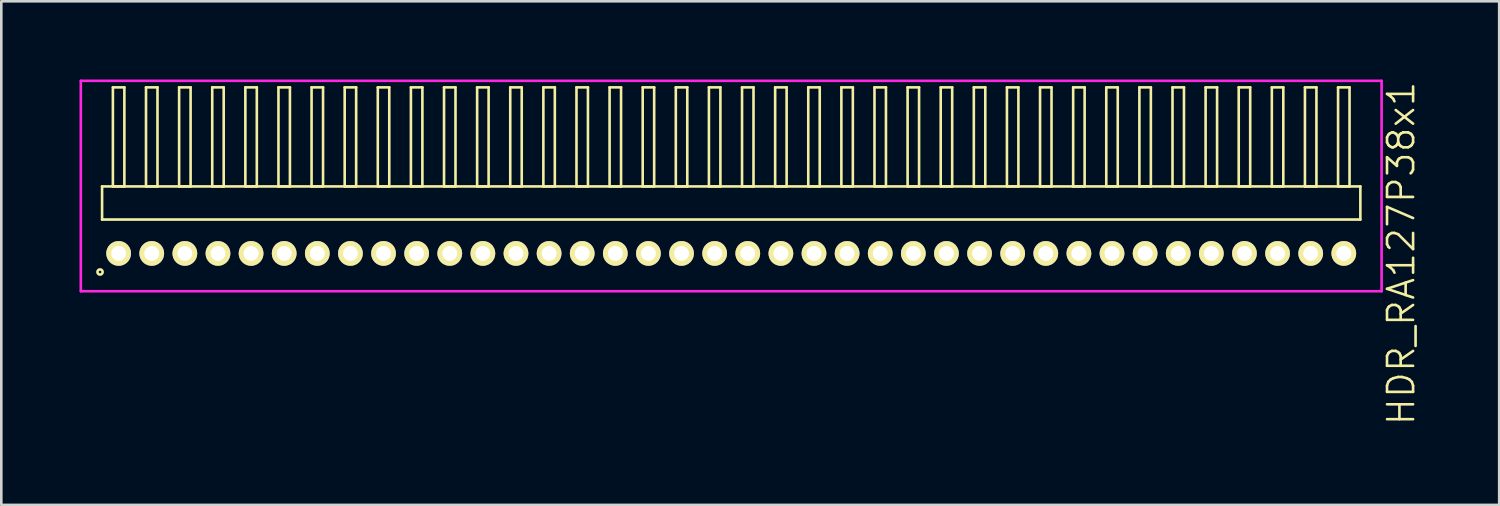
<source format=kicad_pcb>
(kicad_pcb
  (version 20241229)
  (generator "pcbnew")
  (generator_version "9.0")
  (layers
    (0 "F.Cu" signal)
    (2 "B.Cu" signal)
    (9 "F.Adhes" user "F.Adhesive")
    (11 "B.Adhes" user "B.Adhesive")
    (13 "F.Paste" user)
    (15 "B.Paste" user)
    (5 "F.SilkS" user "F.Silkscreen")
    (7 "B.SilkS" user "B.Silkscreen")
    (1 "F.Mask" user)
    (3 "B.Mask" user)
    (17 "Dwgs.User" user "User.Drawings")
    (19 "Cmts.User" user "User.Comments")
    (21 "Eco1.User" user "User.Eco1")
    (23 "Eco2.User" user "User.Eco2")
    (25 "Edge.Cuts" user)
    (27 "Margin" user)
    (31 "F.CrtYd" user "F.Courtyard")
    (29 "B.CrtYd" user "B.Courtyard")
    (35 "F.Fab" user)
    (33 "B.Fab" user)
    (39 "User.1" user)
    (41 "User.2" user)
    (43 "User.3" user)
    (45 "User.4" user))
  (footprint "HDR_RA127P38x1"
    (layer "F.Cu")
    (at 24.995 6.67)
    (property "Reference" "HDR_RA127P38x1" (at 25.695 0 90) (layer "F.SilkS") (effects (font (size 1 1) (thickness 0.1))))
    (attr through_hole)
    (fp_line (start -24.13 -2.57) (end -24.13 -1.3) (stroke (width 0.1) (type solid)) (layer "F.SilkS"))
    (fp_line (start -24.13 -1.3) (end 24.13 -1.3) (stroke (width 0.1) (type solid)) (layer "F.SilkS"))
    (fp_line (start -23.715 -6.37) (end -23.715 -2.57) (stroke (width 0.1) (type solid)) (layer "F.SilkS"))
    (fp_line (start -23.715 -2.57) (end -23.275 -2.57) (stroke (width 0.1) (type solid)) (layer "F.SilkS"))
    (fp_line (start -23.275 -6.37) (end -23.715 -6.37) (stroke (width 0.1) (type solid)) (layer "F.SilkS"))
    (fp_line (start -23.275 -2.57) (end -23.275 -6.37) (stroke (width 0.1) (type solid)) (layer "F.SilkS"))
    (fp_line (start -22.445 -6.37) (end -22.445 -2.57) (stroke (width 0.1) (type solid)) (layer "F.SilkS"))
    (fp_line (start -22.445 -2.57) (end -22.005 -2.57) (stroke (width 0.1) (type solid)) (layer "F.SilkS"))
    (fp_line (start -22.005 -6.37) (end -22.445 -6.37) (stroke (width 0.1) (type solid)) (layer "F.SilkS"))
    (fp_line (start -22.005 -2.57) (end -22.005 -6.37) (stroke (width 0.1) (type solid)) (layer "F.SilkS"))
    (fp_line (start -21.175 -6.37) (end -21.175 -2.57) (stroke (width 0.1) (type solid)) (layer "F.SilkS"))
    (fp_line (start -21.175 -2.57) (end -20.735 -2.57) (stroke (width 0.1) (type solid)) (layer "F.SilkS"))
    (fp_line (start -20.735 -6.37) (end -21.175 -6.37) (stroke (width 0.1) (type solid)) (layer "F.SilkS"))
    (fp_line (start -20.735 -2.57) (end -20.735 -6.37) (stroke (width 0.1) (type solid)) (layer "F.SilkS"))
    (fp_line (start -19.905 -6.37) (end -19.905 -2.57) (stroke (width 0.1) (type solid)) (layer "F.SilkS"))
    (fp_line (start -19.905 -2.57) (end -19.465 -2.57) (stroke (width 0.1) (type solid)) (layer "F.SilkS"))
    (fp_line (start -19.465 -6.37) (end -19.905 -6.37) (stroke (width 0.1) (type solid)) (layer "F.SilkS"))
    (fp_line (start -19.465 -2.57) (end -19.465 -6.37) (stroke (width 0.1) (type solid)) (layer "F.SilkS"))
    (fp_line (start -18.635 -6.37) (end -18.635 -2.57) (stroke (width 0.1) (type solid)) (layer "F.SilkS"))
    (fp_line (start -18.635 -2.57) (end -18.195 -2.57) (stroke (width 0.1) (type solid)) (layer "F.SilkS"))
    (fp_line (start -18.195 -6.37) (end -18.635 -6.37) (stroke (width 0.1) (type solid)) (layer "F.SilkS"))
    (fp_line (start -18.195 -2.57) (end -18.195 -6.37) (stroke (width 0.1) (type solid)) (layer "F.SilkS"))
    (fp_line (start -17.365 -6.37) (end -17.365 -2.57) (stroke (width 0.1) (type solid)) (layer "F.SilkS"))
    (fp_line (start -17.365 -2.57) (end -16.925 -2.57) (stroke (width 0.1) (type solid)) (layer "F.SilkS"))
    (fp_line (start -16.925 -6.37) (end -17.365 -6.37) (stroke (width 0.1) (type solid)) (layer "F.SilkS"))
    (fp_line (start -16.925 -2.57) (end -16.925 -6.37) (stroke (width 0.1) (type solid)) (layer "F.SilkS"))
    (fp_line (start -16.095 -6.37) (end -16.095 -2.57) (stroke (width 0.1) (type solid)) (layer "F.SilkS"))
    (fp_line (start -16.095 -2.57) (end -15.655 -2.57) (stroke (width 0.1) (type solid)) (layer "F.SilkS"))
    (fp_line (start -15.655 -6.37) (end -16.095 -6.37) (stroke (width 0.1) (type solid)) (layer "F.SilkS"))
    (fp_line (start -15.655 -2.57) (end -15.655 -6.37) (stroke (width 0.1) (type solid)) (layer "F.SilkS"))
    (fp_line (start -14.825 -6.37) (end -14.825 -2.57) (stroke (width 0.1) (type solid)) (layer "F.SilkS"))
    (fp_line (start -14.825 -2.57) (end -14.385 -2.57) (stroke (width 0.1) (type solid)) (layer "F.SilkS"))
    (fp_line (start -14.385 -6.37) (end -14.825 -6.37) (stroke (width 0.1) (type solid)) (layer "F.SilkS"))
    (fp_line (start -14.385 -2.57) (end -14.385 -6.37) (stroke (width 0.1) (type solid)) (layer "F.SilkS"))
    (fp_line (start -13.555 -6.37) (end -13.555 -2.57) (stroke (width 0.1) (type solid)) (layer "F.SilkS"))
    (fp_line (start -13.555 -2.57) (end -13.115 -2.57) (stroke (width 0.1) (type solid)) (layer "F.SilkS"))
    (fp_line (start -13.115 -6.37) (end -13.555 -6.37) (stroke (width 0.1) (type solid)) (layer "F.SilkS"))
    (fp_line (start -13.115 -2.57) (end -13.115 -6.37) (stroke (width 0.1) (type solid)) (layer "F.SilkS"))
    (fp_line (start -12.285 -6.37) (end -12.285 -2.57) (stroke (width 0.1) (type solid)) (layer "F.SilkS"))
    (fp_line (start -12.285 -2.57) (end -11.845 -2.57) (stroke (width 0.1) (type solid)) (layer "F.SilkS"))
    (fp_line (start -11.845 -6.37) (end -12.285 -6.37) (stroke (width 0.1) (type solid)) (layer "F.SilkS"))
    (fp_line (start -11.845 -2.57) (end -11.845 -6.37) (stroke (width 0.1) (type solid)) (layer "F.SilkS"))
    (fp_line (start -11.015 -6.37) (end -11.015 -2.57) (stroke (width 0.1) (type solid)) (layer "F.SilkS"))
    (fp_line (start -11.015 -2.57) (end -10.575 -2.57) (stroke (width 0.1) (type solid)) (layer "F.SilkS"))
    (fp_line (start -10.575 -6.37) (end -11.015 -6.37) (stroke (width 0.1) (type solid)) (layer "F.SilkS"))
    (fp_line (start -10.575 -2.57) (end -10.575 -6.37) (stroke (width 0.1) (type solid)) (layer "F.SilkS"))
    (fp_line (start -9.745 -6.37) (end -9.745 -2.57) (stroke (width 0.1) (type solid)) (layer "F.SilkS"))
    (fp_line (start -9.745 -2.57) (end -9.305 -2.57) (stroke (width 0.1) (type solid)) (layer "F.SilkS"))
    (fp_line (start -9.305 -6.37) (end -9.745 -6.37) (stroke (width 0.1) (type solid)) (layer "F.SilkS"))
    (fp_line (start -9.305 -2.57) (end -9.305 -6.37) (stroke (width 0.1) (type solid)) (layer "F.SilkS"))
    (fp_line (start -8.475 -6.37) (end -8.475 -2.57) (stroke (width 0.1) (type solid)) (layer "F.SilkS"))
    (fp_line (start -8.475 -2.57) (end -8.035 -2.57) (stroke (width 0.1) (type solid)) (layer "F.SilkS"))
    (fp_line (start -8.035 -6.37) (end -8.475 -6.37) (stroke (width 0.1) (type solid)) (layer "F.SilkS"))
    (fp_line (start -8.035 -2.57) (end -8.035 -6.37) (stroke (width 0.1) (type solid)) (layer "F.SilkS"))
    (fp_line (start -7.205 -6.37) (end -7.205 -2.57) (stroke (width 0.1) (type solid)) (layer "F.SilkS"))
    (fp_line (start -7.205 -2.57) (end -6.765 -2.57) (stroke (width 0.1) (type solid)) (layer "F.SilkS"))
    (fp_line (start -6.765 -6.37) (end -7.205 -6.37) (stroke (width 0.1) (type solid)) (layer "F.SilkS"))
    (fp_line (start -6.765 -2.57) (end -6.765 -6.37) (stroke (width 0.1) (type solid)) (layer "F.SilkS"))
    (fp_line (start -5.935 -6.37) (end -5.935 -2.57) (stroke (width 0.1) (type solid)) (layer "F.SilkS"))
    (fp_line (start -5.935 -2.57) (end -5.495 -2.57) (stroke (width 0.1) (type solid)) (layer "F.SilkS"))
    (fp_line (start -5.495 -6.37) (end -5.935 -6.37) (stroke (width 0.1) (type solid)) (layer "F.SilkS"))
    (fp_line (start -5.495 -2.57) (end -5.495 -6.37) (stroke (width 0.1) (type solid)) (layer "F.SilkS"))
    (fp_line (start -4.665 -6.37) (end -4.665 -2.57) (stroke (width 0.1) (type solid)) (layer "F.SilkS"))
    (fp_line (start -4.665 -2.57) (end -4.225 -2.57) (stroke (width 0.1) (type solid)) (layer "F.SilkS"))
    (fp_line (start -4.225 -6.37) (end -4.665 -6.37) (stroke (width 0.1) (type solid)) (layer "F.SilkS"))
    (fp_line (start -4.225 -2.57) (end -4.225 -6.37) (stroke (width 0.1) (type solid)) (layer "F.SilkS"))
    (fp_line (start -3.395 -6.37) (end -3.395 -2.57) (stroke (width 0.1) (type solid)) (layer "F.SilkS"))
    (fp_line (start -3.395 -2.57) (end -2.955 -2.57) (stroke (width 0.1) (type solid)) (layer "F.SilkS"))
    (fp_line (start -2.955 -6.37) (end -3.395 -6.37) (stroke (width 0.1) (type solid)) (layer "F.SilkS"))
    (fp_line (start -2.955 -2.57) (end -2.955 -6.37) (stroke (width 0.1) (type solid)) (layer "F.SilkS"))
    (fp_line (start -2.125 -6.37) (end -2.125 -2.57) (stroke (width 0.1) (type solid)) (layer "F.SilkS"))
    (fp_line (start -2.125 -2.57) (end -1.685 -2.57) (stroke (width 0.1) (type solid)) (layer "F.SilkS"))
    (fp_line (start -1.685 -6.37) (end -2.125 -6.37) (stroke (width 0.1) (type solid)) (layer "F.SilkS"))
    (fp_line (start -1.685 -2.57) (end -1.685 -6.37) (stroke (width 0.1) (type solid)) (layer "F.SilkS"))
    (fp_line (start -0.855 -6.37) (end -0.855 -2.57) (stroke (width 0.1) (type solid)) (layer "F.SilkS"))
    (fp_line (start -0.855 -2.57) (end -0.415 -2.57) (stroke (width 0.1) (type solid)) (layer "F.SilkS"))
    (fp_line (start -0.415 -6.37) (end -0.855 -6.37) (stroke (width 0.1) (type solid)) (layer "F.SilkS"))
    (fp_line (start -0.415 -2.57) (end -0.415 -6.37) (stroke (width 0.1) (type solid)) (layer "F.SilkS"))
    (fp_line (start 0.415 -6.37) (end 0.415 -2.57) (stroke (width 0.1) (type solid)) (layer "F.SilkS"))
    (fp_line (start 0.415 -2.57) (end 0.855 -2.57) (stroke (width 0.1) (type solid)) (layer "F.SilkS"))
    (fp_line (start 0.855 -6.37) (end 0.415 -6.37) (stroke (width 0.1) (type solid)) (layer "F.SilkS"))
    (fp_line (start 0.855 -2.57) (end 0.855 -6.37) (stroke (width 0.1) (type solid)) (layer "F.SilkS"))
    (fp_line (start 1.685 -6.37) (end 1.685 -2.57) (stroke (width 0.1) (type solid)) (layer "F.SilkS"))
    (fp_line (start 1.685 -2.57) (end 2.125 -2.57) (stroke (width 0.1) (type solid)) (layer "F.SilkS"))
    (fp_line (start 2.125 -6.37) (end 1.685 -6.37) (stroke (width 0.1) (type solid)) (layer "F.SilkS"))
    (fp_line (start 2.125 -2.57) (end 2.125 -6.37) (stroke (width 0.1) (type solid)) (layer "F.SilkS"))
    (fp_line (start 2.955 -6.37) (end 2.955 -2.57) (stroke (width 0.1) (type solid)) (layer "F.SilkS"))
    (fp_line (start 2.955 -2.57) (end 3.395 -2.57) (stroke (width 0.1) (type solid)) (layer "F.SilkS"))
    (fp_line (start 3.395 -6.37) (end 2.955 -6.37) (stroke (width 0.1) (type solid)) (layer "F.SilkS"))
    (fp_line (start 3.395 -2.57) (end 3.395 -6.37) (stroke (width 0.1) (type solid)) (layer "F.SilkS"))
    (fp_line (start 4.225 -6.37) (end 4.225 -2.57) (stroke (width 0.1) (type solid)) (layer "F.SilkS"))
    (fp_line (start 4.225 -2.57) (end 4.665 -2.57) (stroke (width 0.1) (type solid)) (layer "F.SilkS"))
    (fp_line (start 4.665 -6.37) (end 4.225 -6.37) (stroke (width 0.1) (type solid)) (layer "F.SilkS"))
    (fp_line (start 4.665 -2.57) (end 4.665 -6.37) (stroke (width 0.1) (type solid)) (layer "F.SilkS"))
    (fp_line (start 5.495 -6.37) (end 5.495 -2.57) (stroke (width 0.1) (type solid)) (layer "F.SilkS"))
    (fp_line (start 5.495 -2.57) (end 5.935 -2.57) (stroke (width 0.1) (type solid)) (layer "F.SilkS"))
    (fp_line (start 5.935 -6.37) (end 5.495 -6.37) (stroke (width 0.1) (type solid)) (layer "F.SilkS"))
    (fp_line (start 5.935 -2.57) (end 5.935 -6.37) (stroke (width 0.1) (type solid)) (layer "F.SilkS"))
    (fp_line (start 6.765 -6.37) (end 6.765 -2.57) (stroke (width 0.1) (type solid)) (layer "F.SilkS"))
    (fp_line (start 6.765 -2.57) (end 7.205 -2.57) (stroke (width 0.1) (type solid)) (layer "F.SilkS"))
    (fp_line (start 7.205 -6.37) (end 6.765 -6.37) (stroke (width 0.1) (type solid)) (layer "F.SilkS"))
    (fp_line (start 7.205 -2.57) (end 7.205 -6.37) (stroke (width 0.1) (type solid)) (layer "F.SilkS"))
    (fp_line (start 8.035 -6.37) (end 8.035 -2.57) (stroke (width 0.1) (type solid)) (layer "F.SilkS"))
    (fp_line (start 8.035 -2.57) (end 8.475 -2.57) (stroke (width 0.1) (type solid)) (layer "F.SilkS"))
    (fp_line (start 8.475 -6.37) (end 8.035 -6.37) (stroke (width 0.1) (type solid)) (layer "F.SilkS"))
    (fp_line (start 8.475 -2.57) (end 8.475 -6.37) (stroke (width 0.1) (type solid)) (layer "F.SilkS"))
    (fp_line (start 9.305 -6.37) (end 9.305 -2.57) (stroke (width 0.1) (type solid)) (layer "F.SilkS"))
    (fp_line (start 9.305 -2.57) (end 9.745 -2.57) (stroke (width 0.1) (type solid)) (layer "F.SilkS"))
    (fp_line (start 9.745 -6.37) (end 9.305 -6.37) (stroke (width 0.1) (type solid)) (layer "F.SilkS"))
    (fp_line (start 9.745 -2.57) (end 9.745 -6.37) (stroke (width 0.1) (type solid)) (layer "F.SilkS"))
    (fp_line (start 10.575 -6.37) (end 10.575 -2.57) (stroke (width 0.1) (type solid)) (layer "F.SilkS"))
    (fp_line (start 10.575 -2.57) (end 11.015 -2.57) (stroke (width 0.1) (type solid)) (layer "F.SilkS"))
    (fp_line (start 11.015 -6.37) (end 10.575 -6.37) (stroke (width 0.1) (type solid)) (layer "F.SilkS"))
    (fp_line (start 11.015 -2.57) (end 11.015 -6.37) (stroke (width 0.1) (type solid)) (layer "F.SilkS"))
    (fp_line (start 11.845 -6.37) (end 11.845 -2.57) (stroke (width 0.1) (type solid)) (layer "F.SilkS"))
    (fp_line (start 11.845 -2.57) (end 12.285 -2.57) (stroke (width 0.1) (type solid)) (layer "F.SilkS"))
    (fp_line (start 12.285 -6.37) (end 11.845 -6.37) (stroke (width 0.1) (type solid)) (layer "F.SilkS"))
    (fp_line (start 12.285 -2.57) (end 12.285 -6.37) (stroke (width 0.1) (type solid)) (layer "F.SilkS"))
    (fp_line (start 13.115 -6.37) (end 13.115 -2.57) (stroke (width 0.1) (type solid)) (layer "F.SilkS"))
    (fp_line (start 13.115 -2.57) (end 13.555 -2.57) (stroke (width 0.1) (type solid)) (layer "F.SilkS"))
    (fp_line (start 13.555 -6.37) (end 13.115 -6.37) (stroke (width 0.1) (type solid)) (layer "F.SilkS"))
    (fp_line (start 13.555 -2.57) (end 13.555 -6.37) (stroke (width 0.1) (type solid)) (layer "F.SilkS"))
    (fp_line (start 14.385 -6.37) (end 14.385 -2.57) (stroke (width 0.1) (type solid)) (layer "F.SilkS"))
    (fp_line (start 14.385 -2.57) (end 14.825 -2.57) (stroke (width 0.1) (type solid)) (layer "F.SilkS"))
    (fp_line (start 14.825 -6.37) (end 14.385 -6.37) (stroke (width 0.1) (type solid)) (layer "F.SilkS"))
    (fp_line (start 14.825 -2.57) (end 14.825 -6.37) (stroke (width 0.1) (type solid)) (layer "F.SilkS"))
    (fp_line (start 15.655 -6.37) (end 15.655 -2.57) (stroke (width 0.1) (type solid)) (layer "F.SilkS"))
    (fp_line (start 15.655 -2.57) (end 16.095 -2.57) (stroke (width 0.1) (type solid)) (layer "F.SilkS"))
    (fp_line (start 16.095 -6.37) (end 15.655 -6.37) (stroke (width 0.1) (type solid)) (layer "F.SilkS"))
    (fp_line (start 16.095 -2.57) (end 16.095 -6.37) (stroke (width 0.1) (type solid)) (layer "F.SilkS"))
    (fp_line (start 16.925 -6.37) (end 16.925 -2.57) (stroke (width 0.1) (type solid)) (layer "F.SilkS"))
    (fp_line (start 16.925 -2.57) (end 17.365 -2.57) (stroke (width 0.1) (type solid)) (layer "F.SilkS"))
    (fp_line (start 17.365 -6.37) (end 16.925 -6.37) (stroke (width 0.1) (type solid)) (layer "F.SilkS"))
    (fp_line (start 17.365 -2.57) (end 17.365 -6.37) (stroke (width 0.1) (type solid)) (layer "F.SilkS"))
    (fp_line (start 18.195 -6.37) (end 18.195 -2.57) (stroke (width 0.1) (type solid)) (layer "F.SilkS"))
    (fp_line (start 18.195 -2.57) (end 18.635 -2.57) (stroke (width 0.1) (type solid)) (layer "F.SilkS"))
    (fp_line (start 18.635 -6.37) (end 18.195 -6.37) (stroke (width 0.1) (type solid)) (layer "F.SilkS"))
    (fp_line (start 18.635 -2.57) (end 18.635 -6.37) (stroke (width 0.1) (type solid)) (layer "F.SilkS"))
    (fp_line (start 19.465 -6.37) (end 19.465 -2.57) (stroke (width 0.1) (type solid)) (layer "F.SilkS"))
    (fp_line (start 19.465 -2.57) (end 19.905 -2.57) (stroke (width 0.1) (type solid)) (layer "F.SilkS"))
    (fp_line (start 19.905 -6.37) (end 19.465 -6.37) (stroke (width 0.1) (type solid)) (layer "F.SilkS"))
    (fp_line (start 19.905 -2.57) (end 19.905 -6.37) (stroke (width 0.1) (type solid)) (layer "F.SilkS"))
    (fp_line (start 20.735 -6.37) (end 20.735 -2.57) (stroke (width 0.1) (type solid)) (layer "F.SilkS"))
    (fp_line (start 20.735 -2.57) (end 21.175 -2.57) (stroke (width 0.1) (type solid)) (layer "F.SilkS"))
    (fp_line (start 21.175 -6.37) (end 20.735 -6.37) (stroke (width 0.1) (type solid)) (layer "F.SilkS"))
    (fp_line (start 21.175 -2.57) (end 21.175 -6.37) (stroke (width 0.1) (type solid)) (layer "F.SilkS"))
    (fp_line (start 22.005 -6.37) (end 22.005 -2.57) (stroke (width 0.1) (type solid)) (layer "F.SilkS"))
    (fp_line (start 22.005 -2.57) (end 22.445 -2.57) (stroke (width 0.1) (type solid)) (layer "F.SilkS"))
    (fp_line (start 22.445 -6.37) (end 22.005 -6.37) (stroke (width 0.1) (type solid)) (layer "F.SilkS"))
    (fp_line (start 22.445 -2.57) (end 22.445 -6.37) (stroke (width 0.1) (type solid)) (layer "F.SilkS"))
    (fp_line (start 23.275 -6.37) (end 23.275 -2.57) (stroke (width 0.1) (type solid)) (layer "F.SilkS"))
    (fp_line (start 23.275 -2.57) (end 23.715 -2.57) (stroke (width 0.1) (type solid)) (layer "F.SilkS"))
    (fp_line (start 23.715 -6.37) (end 23.275 -6.37) (stroke (width 0.1) (type solid)) (layer "F.SilkS"))
    (fp_line (start 23.715 -2.57) (end 23.715 -6.37) (stroke (width 0.1) (type solid)) (layer "F.SilkS"))
    (fp_line (start 24.13 -2.57) (end -24.13 -2.57) (stroke (width 0.1) (type solid)) (layer "F.SilkS"))
    (fp_line (start 24.13 -1.3) (end 24.13 -2.57) (stroke (width 0.1) (type solid)) (layer "F.SilkS"))
    (fp_circle (center -24.208 0.712) (end -24.108 0.712) (stroke (width 0.1) (type solid)) (fill no) (layer "F.SilkS"))
    (fp_line (start -24.945 -6.62) (end -24.945 1.45) (stroke (width 0.1) (type solid)) (layer "F.CrtYd"))
    (fp_line (start -24.945 1.45) (end 24.945 1.45) (stroke (width 0.1) (type solid)) (layer "F.CrtYd"))
    (fp_line (start 24.945 -6.62) (end -24.945 -6.62) (stroke (width 0.1) (type solid)) (layer "F.CrtYd"))
    (fp_line (start 24.945 1.45) (end 24.945 -6.62) (stroke (width 0.1) (type solid)) (layer "F.CrtYd"))
    (pad "1" thru_hole oval (at -23.495 0) (size 0.95 0.95) (drill 0.57) (layers "*.Cu" "*.Mask" "F.SilkS"))
    (pad "2" thru_hole oval (at -22.225 0) (size 0.95 0.95) (drill 0.57) (layers "*.Cu" "*.Mask" "F.SilkS"))
    (pad "3" thru_hole oval (at -20.955 0) (size 0.95 0.95) (drill 0.57) (layers "*.Cu" "*.Mask" "F.SilkS"))
    (pad "4" thru_hole oval (at -19.685 0) (size 0.95 0.95) (drill 0.57) (layers "*.Cu" "*.Mask" "F.SilkS"))
    (pad "5" thru_hole oval (at -18.415 0) (size 0.95 0.95) (drill 0.57) (layers "*.Cu" "*.Mask" "F.SilkS"))
    (pad "6" thru_hole oval (at -17.145 0) (size 0.95 0.95) (drill 0.57) (layers "*.Cu" "*.Mask" "F.SilkS"))
    (pad "7" thru_hole oval (at -15.875 0) (size 0.95 0.95) (drill 0.57) (layers "*.Cu" "*.Mask" "F.SilkS"))
    (pad "8" thru_hole oval (at -14.605 0) (size 0.95 0.95) (drill 0.57) (layers "*.Cu" "*.Mask" "F.SilkS"))
    (pad "9" thru_hole oval (at -13.335 0) (size 0.95 0.95) (drill 0.57) (layers "*.Cu" "*.Mask" "F.SilkS"))
    (pad "10" thru_hole oval (at -12.065 0) (size 0.95 0.95) (drill 0.57) (layers "*.Cu" "*.Mask" "F.SilkS"))
    (pad "11" thru_hole oval (at -10.795 0) (size 0.95 0.95) (drill 0.57) (layers "*.Cu" "*.Mask" "F.SilkS"))
    (pad "12" thru_hole oval (at -9.525 0) (size 0.95 0.95) (drill 0.57) (layers "*.Cu" "*.Mask" "F.SilkS"))
    (pad "13" thru_hole oval (at -8.255 0) (size 0.95 0.95) (drill 0.57) (layers "*.Cu" "*.Mask" "F.SilkS"))
    (pad "14" thru_hole oval (at -6.985 0) (size 0.95 0.95) (drill 0.57) (layers "*.Cu" "*.Mask" "F.SilkS"))
    (pad "15" thru_hole oval (at -5.715 0) (size 0.95 0.95) (drill 0.57) (layers "*.Cu" "*.Mask" "F.SilkS"))
    (pad "16" thru_hole oval (at -4.445 0) (size 0.95 0.95) (drill 0.57) (layers "*.Cu" "*.Mask" "F.SilkS"))
    (pad "17" thru_hole oval (at -3.175 0) (size 0.95 0.95) (drill 0.57) (layers "*.Cu" "*.Mask" "F.SilkS"))
    (pad "18" thru_hole oval (at -1.905 0) (size 0.95 0.95) (drill 0.57) (layers "*.Cu" "*.Mask" "F.SilkS"))
    (pad "19" thru_hole oval (at -0.635 0) (size 0.95 0.95) (drill 0.57) (layers "*.Cu" "*.Mask" "F.SilkS"))
    (pad "20" thru_hole oval (at 0.635 0) (size 0.95 0.95) (drill 0.57) (layers "*.Cu" "*.Mask" "F.SilkS"))
    (pad "21" thru_hole oval (at 1.905 0) (size 0.95 0.95) (drill 0.57) (layers "*.Cu" "*.Mask" "F.SilkS"))
    (pad "22" thru_hole oval (at 3.175 0) (size 0.95 0.95) (drill 0.57) (layers "*.Cu" "*.Mask" "F.SilkS"))
    (pad "23" thru_hole oval (at 4.445 0) (size 0.95 0.95) (drill 0.57) (layers "*.Cu" "*.Mask" "F.SilkS"))
    (pad "24" thru_hole oval (at 5.715 0) (size 0.95 0.95) (drill 0.57) (layers "*.Cu" "*.Mask" "F.SilkS"))
    (pad "25" thru_hole oval (at 6.985 0) (size 0.95 0.95) (drill 0.57) (layers "*.Cu" "*.Mask" "F.SilkS"))
    (pad "26" thru_hole oval (at 8.255 0) (size 0.95 0.95) (drill 0.57) (layers "*.Cu" "*.Mask" "F.SilkS"))
    (pad "27" thru_hole oval (at 9.525 0) (size 0.95 0.95) (drill 0.57) (layers "*.Cu" "*.Mask" "F.SilkS"))
    (pad "28" thru_hole oval (at 10.795 0) (size 0.95 0.95) (drill 0.57) (layers "*.Cu" "*.Mask" "F.SilkS"))
    (pad "29" thru_hole oval (at 12.065 0) (size 0.95 0.95) (drill 0.57) (layers "*.Cu" "*.Mask" "F.SilkS"))
    (pad "30" thru_hole oval (at 13.335 0) (size 0.95 0.95) (drill 0.57) (layers "*.Cu" "*.Mask" "F.SilkS"))
    (pad "31" thru_hole oval (at 14.605 0) (size 0.95 0.95) (drill 0.57) (layers "*.Cu" "*.Mask" "F.SilkS"))
    (pad "32" thru_hole oval (at 15.875 0) (size 0.95 0.95) (drill 0.57) (layers "*.Cu" "*.Mask" "F.SilkS"))
    (pad "33" thru_hole oval (at 17.145 0) (size 0.95 0.95) (drill 0.57) (layers "*.Cu" "*.Mask" "F.SilkS"))
    (pad "34" thru_hole oval (at 18.415 0) (size 0.95 0.95) (drill 0.57) (layers "*.Cu" "*.Mask" "F.SilkS"))
    (pad "35" thru_hole oval (at 19.685 0) (size 0.95 0.95) (drill 0.57) (layers "*.Cu" "*.Mask" "F.SilkS"))
    (pad "36" thru_hole oval (at 20.955 0) (size 0.95 0.95) (drill 0.57) (layers "*.Cu" "*.Mask" "F.SilkS"))
    (pad "37" thru_hole oval (at 22.225 0) (size 0.95 0.95) (drill 0.57) (layers "*.Cu" "*.Mask" "F.SilkS"))
    (pad "38" thru_hole oval (at 23.495 0) (size 0.95 0.95) (drill 0.57) (layers "*.Cu" "*.Mask" "F.SilkS")))
  (gr_rect
    (start -3 -3)
    (end 54.45 16.315)
    (stroke (width 0.1) (type default))
    (fill no)
    (layer "Edge.Cuts")))
</source>
